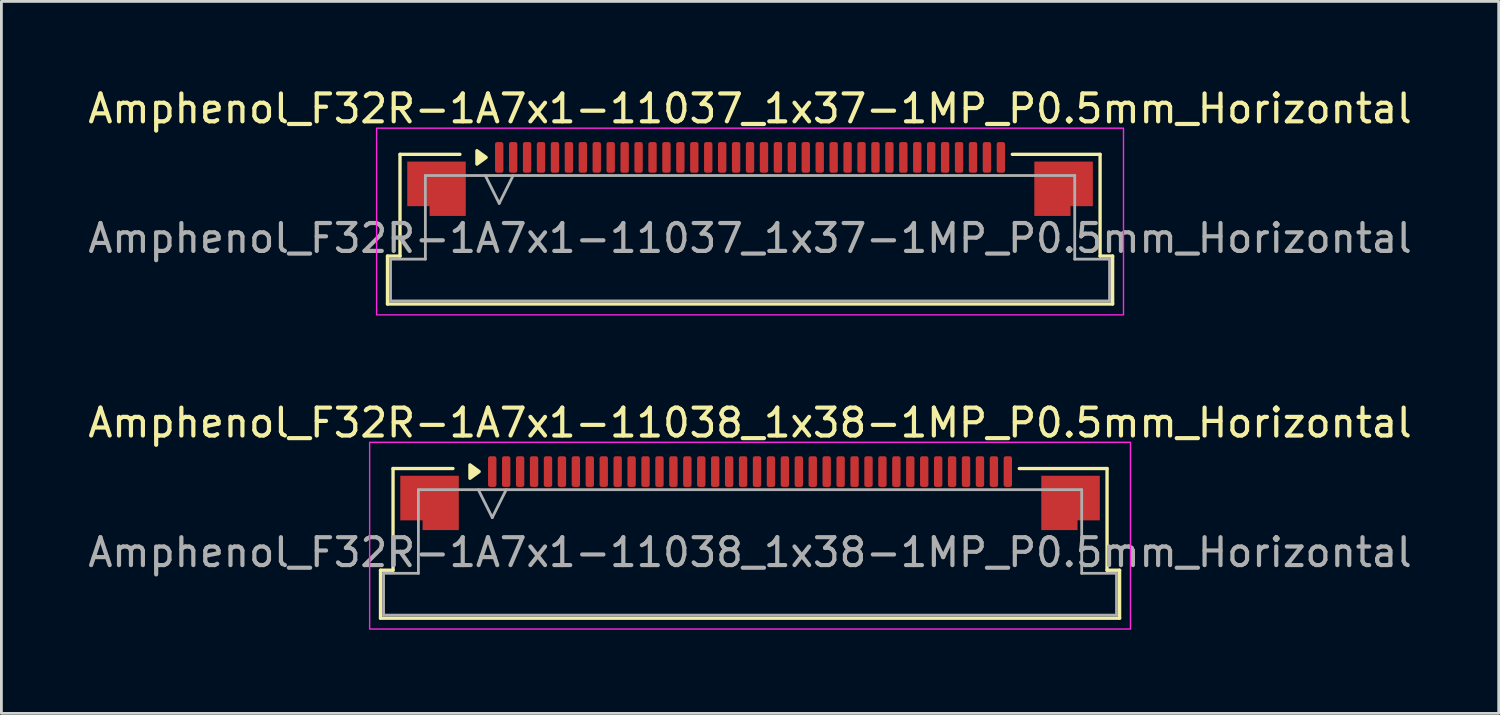
<source format=kicad_pcb>
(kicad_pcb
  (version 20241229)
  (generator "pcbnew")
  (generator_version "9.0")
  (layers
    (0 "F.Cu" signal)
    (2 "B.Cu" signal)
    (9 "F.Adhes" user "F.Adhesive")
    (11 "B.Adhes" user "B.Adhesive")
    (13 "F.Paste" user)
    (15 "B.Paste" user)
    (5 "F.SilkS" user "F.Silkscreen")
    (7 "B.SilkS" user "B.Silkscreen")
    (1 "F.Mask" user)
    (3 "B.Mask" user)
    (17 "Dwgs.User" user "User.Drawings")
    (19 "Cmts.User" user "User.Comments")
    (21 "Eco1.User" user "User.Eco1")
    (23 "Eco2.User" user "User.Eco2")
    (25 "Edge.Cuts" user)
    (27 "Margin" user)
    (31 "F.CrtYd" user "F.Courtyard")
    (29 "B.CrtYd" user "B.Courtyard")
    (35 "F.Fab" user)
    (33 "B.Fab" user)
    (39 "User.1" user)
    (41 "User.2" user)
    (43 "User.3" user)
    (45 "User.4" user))
  (footprint "Amphenol_F32R-1A7x1-11038_1x38-1MP_P0.5mm_Horizontal"
    (layer "F.Cu")
    (at 23.863 16.771)
    (property "Reference" "Amphenol_F32R-1A7x1-11038_1x38-1MP_P0.5mm_Horizontal" (at 0 -4.65 0) (layer "F.SilkS") (effects (font (size 1 1) (thickness 0.15))))
    (attr smd)
    (fp_line (start -13.26 0.64) (end -12.81 0.64) (stroke (width 0.12) (type solid)) (layer "F.SilkS"))
    (fp_line (start -13.26 2.36) (end -13.26 0.64) (stroke (width 0.12) (type solid)) (layer "F.SilkS"))
    (fp_line (start -12.81 -3.01) (end -10.66 -3.01) (stroke (width 0.12) (type solid)) (layer "F.SilkS"))
    (fp_line (start -12.81 0.64) (end -12.81 -3.01) (stroke (width 0.12) (type solid)) (layer "F.SilkS"))
    (fp_line (start 9.66 -3.01) (end 12.81 -3.01) (stroke (width 0.12) (type solid)) (layer "F.SilkS"))
    (fp_line (start 12.81 -3.01) (end 12.81 0.64) (stroke (width 0.12) (type solid)) (layer "F.SilkS"))
    (fp_line (start 12.81 0.64) (end 13.26 0.64) (stroke (width 0.12) (type solid)) (layer "F.SilkS"))
    (fp_line (start 13.26 0.64) (end 13.26 2.36) (stroke (width 0.12) (type solid)) (layer "F.SilkS"))
    (fp_line (start 13.26 2.36) (end -13.26 2.36) (stroke (width 0.12) (type solid)) (layer "F.SilkS"))
    (fp_poly (pts (xy -9.72 -2.9) (xy -10.05 -2.66) (xy -10.05 -3.14)) (stroke (width 0.12) (type solid)) (fill yes) (layer "F.SilkS"))
    (fp_rect (start -13.65 -3.95) (end 13.65 2.75) (stroke (width 0.05) (type solid)) (fill no) (layer "F.CrtYd"))
    (fp_line (start -13.15 0.75) (end -11.9 0.75) (stroke (width 0.1) (type solid)) (layer "F.Fab"))
    (fp_line (start -13.15 2.25) (end -13.15 0.75) (stroke (width 0.1) (type solid)) (layer "F.Fab"))
    (fp_line (start -11.9 -2.25) (end 11.9 -2.25) (stroke (width 0.1) (type solid)) (layer "F.Fab"))
    (fp_line (start -11.9 0.75) (end -11.9 -2.25) (stroke (width 0.1) (type solid)) (layer "F.Fab"))
    (fp_line (start -9.75 -2.25) (end -9.25 -1.25) (stroke (width 0.1) (type solid)) (layer "F.Fab"))
    (fp_line (start -9.25 -1.25) (end -8.75 -2.25) (stroke (width 0.1) (type solid)) (layer "F.Fab"))
    (fp_line (start 11.9 -2.25) (end 11.9 0.75) (stroke (width 0.1) (type solid)) (layer "F.Fab"))
    (fp_line (start 11.9 0.75) (end 13.15 0.75) (stroke (width 0.1) (type solid)) (layer "F.Fab"))
    (fp_line (start 13.15 0.75) (end 13.15 2.25) (stroke (width 0.1) (type solid)) (layer "F.Fab"))
    (fp_line (start 13.15 2.25) (end -13.15 2.25) (stroke (width 0.1) (type solid)) (layer "F.Fab"))
    (fp_text user "${REFERENCE}" (at 0 0 0) (layer "F.Fab") (effects (font (size 1 1) (thickness 0.15))))
    (pad "1" smd roundrect (at -9.25 -2.9) (size 0.3 1.1) (layers "F.Cu" "F.Mask" "F.Paste") (roundrect_rratio 0.25))
    (pad "2" smd roundrect (at -8.75 -2.9) (size 0.3 1.1) (layers "F.Cu" "F.Mask" "F.Paste") (roundrect_rratio 0.25))
    (pad "3" smd roundrect (at -8.25 -2.9) (size 0.3 1.1) (layers "F.Cu" "F.Mask" "F.Paste") (roundrect_rratio 0.25))
    (pad "4" smd roundrect (at -7.75 -2.9) (size 0.3 1.1) (layers "F.Cu" "F.Mask" "F.Paste") (roundrect_rratio 0.25))
    (pad "5" smd roundrect (at -7.25 -2.9) (size 0.3 1.1) (layers "F.Cu" "F.Mask" "F.Paste") (roundrect_rratio 0.25))
    (pad "6" smd roundrect (at -6.75 -2.9) (size 0.3 1.1) (layers "F.Cu" "F.Mask" "F.Paste") (roundrect_rratio 0.25))
    (pad "7" smd roundrect (at -6.25 -2.9) (size 0.3 1.1) (layers "F.Cu" "F.Mask" "F.Paste") (roundrect_rratio 0.25))
    (pad "8" smd roundrect (at -5.75 -2.9) (size 0.3 1.1) (layers "F.Cu" "F.Mask" "F.Paste") (roundrect_rratio 0.25))
    (pad "9" smd roundrect (at -5.25 -2.9) (size 0.3 1.1) (layers "F.Cu" "F.Mask" "F.Paste") (roundrect_rratio 0.25))
    (pad "10" smd roundrect (at -4.75 -2.9) (size 0.3 1.1) (layers "F.Cu" "F.Mask" "F.Paste") (roundrect_rratio 0.25))
    (pad "11" smd roundrect (at -4.25 -2.9) (size 0.3 1.1) (layers "F.Cu" "F.Mask" "F.Paste") (roundrect_rratio 0.25))
    (pad "12" smd roundrect (at -3.75 -2.9) (size 0.3 1.1) (layers "F.Cu" "F.Mask" "F.Paste") (roundrect_rratio 0.25))
    (pad "13" smd roundrect (at -3.25 -2.9) (size 0.3 1.1) (layers "F.Cu" "F.Mask" "F.Paste") (roundrect_rratio 0.25))
    (pad "14" smd roundrect (at -2.75 -2.9) (size 0.3 1.1) (layers "F.Cu" "F.Mask" "F.Paste") (roundrect_rratio 0.25))
    (pad "15" smd roundrect (at -2.25 -2.9) (size 0.3 1.1) (layers "F.Cu" "F.Mask" "F.Paste") (roundrect_rratio 0.25))
    (pad "16" smd roundrect (at -1.75 -2.9) (size 0.3 1.1) (layers "F.Cu" "F.Mask" "F.Paste") (roundrect_rratio 0.25))
    (pad "17" smd roundrect (at -1.25 -2.9) (size 0.3 1.1) (layers "F.Cu" "F.Mask" "F.Paste") (roundrect_rratio 0.25))
    (pad "18" smd roundrect (at -0.75 -2.9) (size 0.3 1.1) (layers "F.Cu" "F.Mask" "F.Paste") (roundrect_rratio 0.25))
    (pad "19" smd roundrect (at -0.25 -2.9) (size 0.3 1.1) (layers "F.Cu" "F.Mask" "F.Paste") (roundrect_rratio 0.25))
    (pad "20" smd roundrect (at 0.25 -2.9) (size 0.3 1.1) (layers "F.Cu" "F.Mask" "F.Paste") (roundrect_rratio 0.25))
    (pad "21" smd roundrect (at 0.75 -2.9) (size 0.3 1.1) (layers "F.Cu" "F.Mask" "F.Paste") (roundrect_rratio 0.25))
    (pad "22" smd roundrect (at 1.25 -2.9) (size 0.3 1.1) (layers "F.Cu" "F.Mask" "F.Paste") (roundrect_rratio 0.25))
    (pad "23" smd roundrect (at 1.75 -2.9) (size 0.3 1.1) (layers "F.Cu" "F.Mask" "F.Paste") (roundrect_rratio 0.25))
    (pad "24" smd roundrect (at 2.25 -2.9) (size 0.3 1.1) (layers "F.Cu" "F.Mask" "F.Paste") (roundrect_rratio 0.25))
    (pad "25" smd roundrect (at 2.75 -2.9) (size 0.3 1.1) (layers "F.Cu" "F.Mask" "F.Paste") (roundrect_rratio 0.25))
    (pad "26" smd roundrect (at 3.25 -2.9) (size 0.3 1.1) (layers "F.Cu" "F.Mask" "F.Paste") (roundrect_rratio 0.25))
    (pad "27" smd roundrect (at 3.75 -2.9) (size 0.3 1.1) (layers "F.Cu" "F.Mask" "F.Paste") (roundrect_rratio 0.25))
    (pad "28" smd roundrect (at 4.25 -2.9) (size 0.3 1.1) (layers "F.Cu" "F.Mask" "F.Paste") (roundrect_rratio 0.25))
    (pad "29" smd roundrect (at 4.75 -2.9) (size 0.3 1.1) (layers "F.Cu" "F.Mask" "F.Paste") (roundrect_rratio 0.25))
    (pad "30" smd roundrect (at 5.25 -2.9) (size 0.3 1.1) (layers "F.Cu" "F.Mask" "F.Paste") (roundrect_rratio 0.25))
    (pad "31" smd roundrect (at 5.75 -2.9) (size 0.3 1.1) (layers "F.Cu" "F.Mask" "F.Paste") (roundrect_rratio 0.25))
    (pad "32" smd roundrect (at 6.25 -2.9) (size 0.3 1.1) (layers "F.Cu" "F.Mask" "F.Paste") (roundrect_rratio 0.25))
    (pad "33" smd roundrect (at 6.75 -2.9) (size 0.3 1.1) (layers "F.Cu" "F.Mask" "F.Paste") (roundrect_rratio 0.25))
    (pad "34" smd roundrect (at 7.25 -2.9) (size 0.3 1.1) (layers "F.Cu" "F.Mask" "F.Paste") (roundrect_rratio 0.25))
    (pad "35" smd roundrect (at 7.75 -2.9) (size 0.3 1.1) (layers "F.Cu" "F.Mask" "F.Paste") (roundrect_rratio 0.25))
    (pad "36" smd roundrect (at 8.25 -2.9) (size 0.3 1.1) (layers "F.Cu" "F.Mask" "F.Paste") (roundrect_rratio 0.25))
    (pad "37" smd roundrect (at 8.75 -2.9) (size 0.3 1.1) (layers "F.Cu" "F.Mask" "F.Paste") (roundrect_rratio 0.25))
    (pad "38" smd roundrect (at 9.25 -2.9) (size 0.3 1.1) (layers "F.Cu" "F.Mask" "F.Paste") (roundrect_rratio 0.25))
    (pad "MP" smd custom (at -11.5 -1.775) (size 1 1) (layers "F.Cu" "F.Mask" "F.Paste") (options (anchor circle)) (primitives (gr_poly (pts (xy 1.05 -0.975) (xy 1.05 0.975) (xy -0.25 0.975) (xy -0.25 0.625) (xy -1.05 0.625) (xy -1.05 -0.975)) (width 0) (fill yes))))
    (pad "MP" smd custom (at 11.5 -1.775) (size 1 1) (layers "F.Cu" "F.Mask" "F.Paste") (options (anchor circle)) (primitives (gr_poly (pts (xy -1.05 -0.975) (xy -1.05 0.975) (xy 0.25 0.975) (xy 0.25 0.625) (xy 1.05 0.625) (xy 1.05 -0.975)) (width 0) (fill yes)))))
  (footprint "Amphenol_F32R-1A7x1-11037_1x37-1MP_P0.5mm_Horizontal"
    (layer "F.Cu")
    (at 23.863 5.498)
    (property "Reference" "Amphenol_F32R-1A7x1-11037_1x37-1MP_P0.5mm_Horizontal" (at 0 -4.65 0) (layer "F.SilkS") (effects (font (size 1 1) (thickness 0.15))))
    (attr smd)
    (fp_line (start -13.01 0.64) (end -12.56 0.64) (stroke (width 0.12) (type solid)) (layer "F.SilkS"))
    (fp_line (start -13.01 2.36) (end -13.01 0.64) (stroke (width 0.12) (type solid)) (layer "F.SilkS"))
    (fp_line (start -12.56 -3.01) (end -10.41 -3.01) (stroke (width 0.12) (type solid)) (layer "F.SilkS"))
    (fp_line (start -12.56 0.64) (end -12.56 -3.01) (stroke (width 0.12) (type solid)) (layer "F.SilkS"))
    (fp_line (start 9.41 -3.01) (end 12.56 -3.01) (stroke (width 0.12) (type solid)) (layer "F.SilkS"))
    (fp_line (start 12.56 -3.01) (end 12.56 0.64) (stroke (width 0.12) (type solid)) (layer "F.SilkS"))
    (fp_line (start 12.56 0.64) (end 13.01 0.64) (stroke (width 0.12) (type solid)) (layer "F.SilkS"))
    (fp_line (start 13.01 0.64) (end 13.01 2.36) (stroke (width 0.12) (type solid)) (layer "F.SilkS"))
    (fp_line (start 13.01 2.36) (end -13.01 2.36) (stroke (width 0.12) (type solid)) (layer "F.SilkS"))
    (fp_poly (pts (xy -9.47 -2.9) (xy -9.8 -2.66) (xy -9.8 -3.14)) (stroke (width 0.12) (type solid)) (fill yes) (layer "F.SilkS"))
    (fp_rect (start -13.4 -3.95) (end 13.4 2.75) (stroke (width 0.05) (type solid)) (fill no) (layer "F.CrtYd"))
    (fp_line (start -12.9 0.75) (end -11.65 0.75) (stroke (width 0.1) (type solid)) (layer "F.Fab"))
    (fp_line (start -12.9 2.25) (end -12.9 0.75) (stroke (width 0.1) (type solid)) (layer "F.Fab"))
    (fp_line (start -11.65 -2.25) (end 11.65 -2.25) (stroke (width 0.1) (type solid)) (layer "F.Fab"))
    (fp_line (start -11.65 0.75) (end -11.65 -2.25) (stroke (width 0.1) (type solid)) (layer "F.Fab"))
    (fp_line (start -9.5 -2.25) (end -9 -1.25) (stroke (width 0.1) (type solid)) (layer "F.Fab"))
    (fp_line (start -9 -1.25) (end -8.5 -2.25) (stroke (width 0.1) (type solid)) (layer "F.Fab"))
    (fp_line (start 11.65 -2.25) (end 11.65 0.75) (stroke (width 0.1) (type solid)) (layer "F.Fab"))
    (fp_line (start 11.65 0.75) (end 12.9 0.75) (stroke (width 0.1) (type solid)) (layer "F.Fab"))
    (fp_line (start 12.9 0.75) (end 12.9 2.25) (stroke (width 0.1) (type solid)) (layer "F.Fab"))
    (fp_line (start 12.9 2.25) (end -12.9 2.25) (stroke (width 0.1) (type solid)) (layer "F.Fab"))
    (fp_text user "${REFERENCE}" (at 0 0 0) (layer "F.Fab") (effects (font (size 1 1) (thickness 0.15))))
    (pad "1" smd roundrect (at -9 -2.9) (size 0.3 1.1) (layers "F.Cu" "F.Mask" "F.Paste") (roundrect_rratio 0.25))
    (pad "2" smd roundrect (at -8.5 -2.9) (size 0.3 1.1) (layers "F.Cu" "F.Mask" "F.Paste") (roundrect_rratio 0.25))
    (pad "3" smd roundrect (at -8 -2.9) (size 0.3 1.1) (layers "F.Cu" "F.Mask" "F.Paste") (roundrect_rratio 0.25))
    (pad "4" smd roundrect (at -7.5 -2.9) (size 0.3 1.1) (layers "F.Cu" "F.Mask" "F.Paste") (roundrect_rratio 0.25))
    (pad "5" smd roundrect (at -7 -2.9) (size 0.3 1.1) (layers "F.Cu" "F.Mask" "F.Paste") (roundrect_rratio 0.25))
    (pad "6" smd roundrect (at -6.5 -2.9) (size 0.3 1.1) (layers "F.Cu" "F.Mask" "F.Paste") (roundrect_rratio 0.25))
    (pad "7" smd roundrect (at -6 -2.9) (size 0.3 1.1) (layers "F.Cu" "F.Mask" "F.Paste") (roundrect_rratio 0.25))
    (pad "8" smd roundrect (at -5.5 -2.9) (size 0.3 1.1) (layers "F.Cu" "F.Mask" "F.Paste") (roundrect_rratio 0.25))
    (pad "9" smd roundrect (at -5 -2.9) (size 0.3 1.1) (layers "F.Cu" "F.Mask" "F.Paste") (roundrect_rratio 0.25))
    (pad "10" smd roundrect (at -4.5 -2.9) (size 0.3 1.1) (layers "F.Cu" "F.Mask" "F.Paste") (roundrect_rratio 0.25))
    (pad "11" smd roundrect (at -4 -2.9) (size 0.3 1.1) (layers "F.Cu" "F.Mask" "F.Paste") (roundrect_rratio 0.25))
    (pad "12" smd roundrect (at -3.5 -2.9) (size 0.3 1.1) (layers "F.Cu" "F.Mask" "F.Paste") (roundrect_rratio 0.25))
    (pad "13" smd roundrect (at -3 -2.9) (size 0.3 1.1) (layers "F.Cu" "F.Mask" "F.Paste") (roundrect_rratio 0.25))
    (pad "14" smd roundrect (at -2.5 -2.9) (size 0.3 1.1) (layers "F.Cu" "F.Mask" "F.Paste") (roundrect_rratio 0.25))
    (pad "15" smd roundrect (at -2 -2.9) (size 0.3 1.1) (layers "F.Cu" "F.Mask" "F.Paste") (roundrect_rratio 0.25))
    (pad "16" smd roundrect (at -1.5 -2.9) (size 0.3 1.1) (layers "F.Cu" "F.Mask" "F.Paste") (roundrect_rratio 0.25))
    (pad "17" smd roundrect (at -1 -2.9) (size 0.3 1.1) (layers "F.Cu" "F.Mask" "F.Paste") (roundrect_rratio 0.25))
    (pad "18" smd roundrect (at -0.5 -2.9) (size 0.3 1.1) (layers "F.Cu" "F.Mask" "F.Paste") (roundrect_rratio 0.25))
    (pad "19" smd roundrect (at 0 -2.9) (size 0.3 1.1) (layers "F.Cu" "F.Mask" "F.Paste") (roundrect_rratio 0.25))
    (pad "20" smd roundrect (at 0.5 -2.9) (size 0.3 1.1) (layers "F.Cu" "F.Mask" "F.Paste") (roundrect_rratio 0.25))
    (pad "21" smd roundrect (at 1 -2.9) (size 0.3 1.1) (layers "F.Cu" "F.Mask" "F.Paste") (roundrect_rratio 0.25))
    (pad "22" smd roundrect (at 1.5 -2.9) (size 0.3 1.1) (layers "F.Cu" "F.Mask" "F.Paste") (roundrect_rratio 0.25))
    (pad "23" smd roundrect (at 2 -2.9) (size 0.3 1.1) (layers "F.Cu" "F.Mask" "F.Paste") (roundrect_rratio 0.25))
    (pad "24" smd roundrect (at 2.5 -2.9) (size 0.3 1.1) (layers "F.Cu" "F.Mask" "F.Paste") (roundrect_rratio 0.25))
    (pad "25" smd roundrect (at 3 -2.9) (size 0.3 1.1) (layers "F.Cu" "F.Mask" "F.Paste") (roundrect_rratio 0.25))
    (pad "26" smd roundrect (at 3.5 -2.9) (size 0.3 1.1) (layers "F.Cu" "F.Mask" "F.Paste") (roundrect_rratio 0.25))
    (pad "27" smd roundrect (at 4 -2.9) (size 0.3 1.1) (layers "F.Cu" "F.Mask" "F.Paste") (roundrect_rratio 0.25))
    (pad "28" smd roundrect (at 4.5 -2.9) (size 0.3 1.1) (layers "F.Cu" "F.Mask" "F.Paste") (roundrect_rratio 0.25))
    (pad "29" smd roundrect (at 5 -2.9) (size 0.3 1.1) (layers "F.Cu" "F.Mask" "F.Paste") (roundrect_rratio 0.25))
    (pad "30" smd roundrect (at 5.5 -2.9) (size 0.3 1.1) (layers "F.Cu" "F.Mask" "F.Paste") (roundrect_rratio 0.25))
    (pad "31" smd roundrect (at 6 -2.9) (size 0.3 1.1) (layers "F.Cu" "F.Mask" "F.Paste") (roundrect_rratio 0.25))
    (pad "32" smd roundrect (at 6.5 -2.9) (size 0.3 1.1) (layers "F.Cu" "F.Mask" "F.Paste") (roundrect_rratio 0.25))
    (pad "33" smd roundrect (at 7 -2.9) (size 0.3 1.1) (layers "F.Cu" "F.Mask" "F.Paste") (roundrect_rratio 0.25))
    (pad "34" smd roundrect (at 7.5 -2.9) (size 0.3 1.1) (layers "F.Cu" "F.Mask" "F.Paste") (roundrect_rratio 0.25))
    (pad "35" smd roundrect (at 8 -2.9) (size 0.3 1.1) (layers "F.Cu" "F.Mask" "F.Paste") (roundrect_rratio 0.25))
    (pad "36" smd roundrect (at 8.5 -2.9) (size 0.3 1.1) (layers "F.Cu" "F.Mask" "F.Paste") (roundrect_rratio 0.25))
    (pad "37" smd roundrect (at 9 -2.9) (size 0.3 1.1) (layers "F.Cu" "F.Mask" "F.Paste") (roundrect_rratio 0.25))
    (pad "MP" smd custom (at -11.25 -1.775) (size 1 1) (layers "F.Cu" "F.Mask" "F.Paste") (options (anchor circle)) (primitives (gr_poly (pts (xy 1.05 -0.975) (xy 1.05 0.975) (xy -0.25 0.975) (xy -0.25 0.625) (xy -1.05 0.625) (xy -1.05 -0.975)) (width 0) (fill yes))))
    (pad "MP" smd custom (at 11.25 -1.775) (size 1 1) (layers "F.Cu" "F.Mask" "F.Paste") (options (anchor circle)) (primitives (gr_poly (pts (xy -1.05 -0.975) (xy -1.05 0.975) (xy 0.25 0.975) (xy 0.25 0.625) (xy 1.05 0.625) (xy 1.05 -0.975)) (width 0) (fill yes)))))
  (gr_rect
    (start -3 -3)
    (end 50.726 22.547)
    (stroke (width 0.1) (type default))
    (fill no)
    (layer "Edge.Cuts")))
</source>
